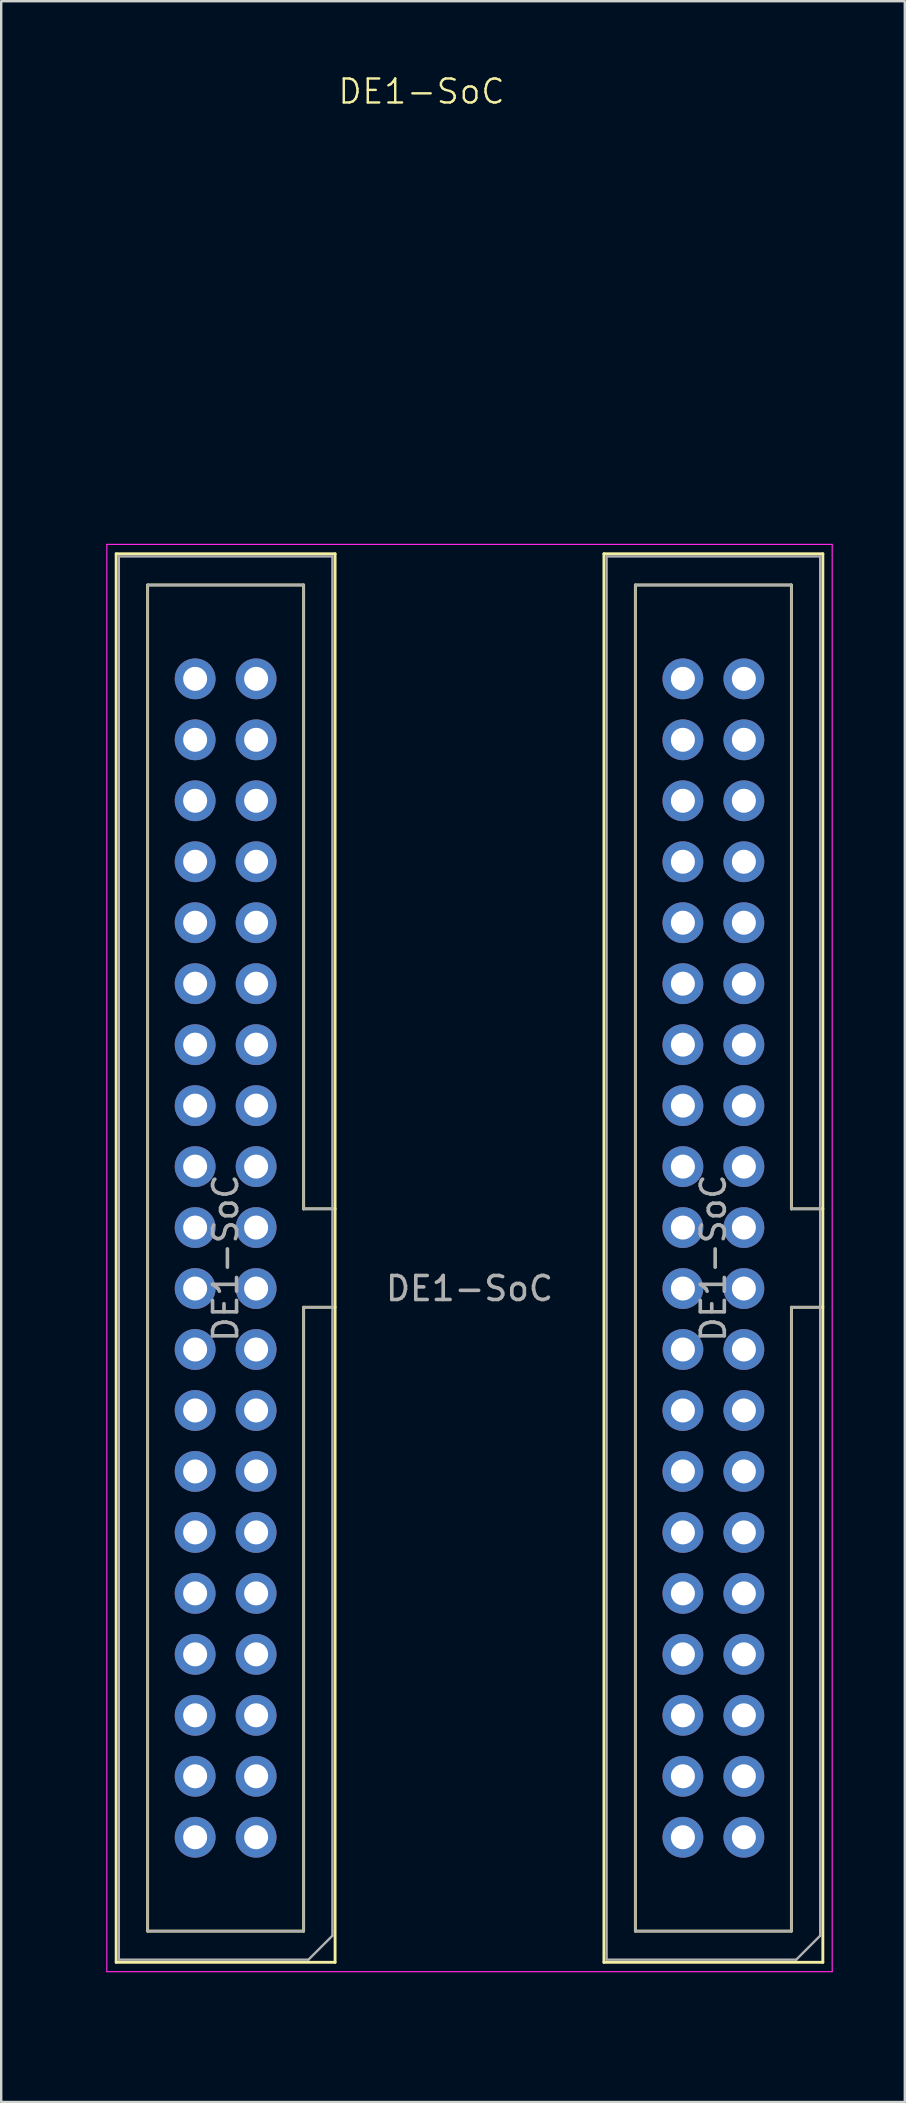
<source format=kicad_pcb>
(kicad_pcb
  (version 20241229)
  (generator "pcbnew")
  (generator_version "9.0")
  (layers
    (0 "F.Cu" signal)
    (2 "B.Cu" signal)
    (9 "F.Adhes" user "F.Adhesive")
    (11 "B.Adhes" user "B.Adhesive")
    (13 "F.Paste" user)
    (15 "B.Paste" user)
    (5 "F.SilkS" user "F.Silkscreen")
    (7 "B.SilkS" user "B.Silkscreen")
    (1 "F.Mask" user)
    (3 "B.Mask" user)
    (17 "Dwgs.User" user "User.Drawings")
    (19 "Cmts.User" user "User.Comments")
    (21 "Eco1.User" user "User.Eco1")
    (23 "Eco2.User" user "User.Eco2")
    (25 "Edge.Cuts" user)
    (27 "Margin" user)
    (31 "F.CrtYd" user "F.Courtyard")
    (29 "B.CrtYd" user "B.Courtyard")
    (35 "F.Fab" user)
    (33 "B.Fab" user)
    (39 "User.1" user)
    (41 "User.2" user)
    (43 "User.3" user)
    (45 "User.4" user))
  (footprint "DE1-SoC"
    (layer "F.Cu")
    (at 16.51 49.361)
    (property "Reference" "DE1-SoC" (at -2 -48.6 0) (unlocked yes) (layer "F.SilkS") (effects (font (size 1 1) (thickness 0.1))))
    (attr through_hole)
    (fp_line (start -14.72 -29.34) (end -5.6 -29.34) (stroke (width 0.12) (type solid)) (layer "F.SilkS"))
    (fp_line (start -14.72 29.34) (end -14.72 -29.34) (stroke (width 0.12) (type solid)) (layer "F.SilkS"))
    (fp_line (start -13.41 -28.04) (end -6.91 -28.04) (stroke (width 0.12) (type solid)) (layer "F.SilkS"))
    (fp_line (start -13.41 28.04) (end -13.41 -28.04) (stroke (width 0.12) (type solid)) (layer "F.SilkS"))
    (fp_line (start -6.91 -28.04) (end -6.91 -2.05) (stroke (width 0.12) (type solid)) (layer "F.SilkS"))
    (fp_line (start -6.91 -2.05) (end -6.91 -2.05) (stroke (width 0.12) (type solid)) (layer "F.SilkS"))
    (fp_line (start -6.91 -2.05) (end -5.6 -2.05) (stroke (width 0.12) (type solid)) (layer "F.SilkS"))
    (fp_line (start -6.91 2.05) (end -6.91 28.04) (stroke (width 0.12) (type solid)) (layer "F.SilkS"))
    (fp_line (start -6.91 28.04) (end -13.41 28.04) (stroke (width 0.12) (type solid)) (layer "F.SilkS"))
    (fp_line (start -5.6 -29.34) (end -5.6 29.34) (stroke (width 0.12) (type solid)) (layer "F.SilkS"))
    (fp_line (start -5.6 2.05) (end -6.91 2.05) (stroke (width 0.12) (type solid)) (layer "F.SilkS"))
    (fp_line (start -5.6 29.34) (end -14.72 29.34) (stroke (width 0.12) (type solid)) (layer "F.SilkS"))
    (fp_line (start 5.6 -29.34) (end 14.72 -29.34) (stroke (width 0.12) (type solid)) (layer "F.SilkS"))
    (fp_line (start 5.6 29.34) (end 5.6 -29.34) (stroke (width 0.12) (type solid)) (layer "F.SilkS"))
    (fp_line (start 6.91 -28.04) (end 13.41 -28.04) (stroke (width 0.12) (type solid)) (layer "F.SilkS"))
    (fp_line (start 6.91 28.04) (end 6.91 -28.04) (stroke (width 0.12) (type solid)) (layer "F.SilkS"))
    (fp_line (start 13.41 -28.04) (end 13.41 -2.05) (stroke (width 0.12) (type solid)) (layer "F.SilkS"))
    (fp_line (start 13.41 -2.05) (end 13.41 -2.05) (stroke (width 0.12) (type solid)) (layer "F.SilkS"))
    (fp_line (start 13.41 -2.05) (end 14.72 -2.05) (stroke (width 0.12) (type solid)) (layer "F.SilkS"))
    (fp_line (start 13.41 2.05) (end 13.41 28.04) (stroke (width 0.12) (type solid)) (layer "F.SilkS"))
    (fp_line (start 13.41 28.04) (end 6.91 28.04) (stroke (width 0.12) (type solid)) (layer "F.SilkS"))
    (fp_line (start 14.72 -29.34) (end 14.72 29.34) (stroke (width 0.12) (type solid)) (layer "F.SilkS"))
    (fp_line (start 14.72 2.05) (end 13.41 2.05) (stroke (width 0.12) (type solid)) (layer "F.SilkS"))
    (fp_line (start 14.72 29.34) (end 5.6 29.34) (stroke (width 0.12) (type solid)) (layer "F.SilkS"))
    (fp_line (start -15.11 -29.73) (end -15.11 29.73) (stroke (width 0.05) (type solid)) (layer "F.CrtYd"))
    (fp_line (start -15.11 29.73) (end 15.11 29.73) (stroke (width 0.05) (type solid)) (layer "F.CrtYd"))
    (fp_line (start 15.11 -29.73) (end -15.11 -29.73) (stroke (width 0.05) (type solid)) (layer "F.CrtYd"))
    (fp_line (start 15.11 29.73) (end 15.11 -29.73) (stroke (width 0.05) (type solid)) (layer "F.CrtYd"))
    (fp_line (start -14.61 -29.23) (end -5.71 -29.23) (stroke (width 0.1) (type solid)) (layer "F.Fab"))
    (fp_line (start -14.61 29.23) (end -14.61 -29.23) (stroke (width 0.1) (type solid)) (layer "F.Fab"))
    (fp_line (start -13.41 -28.04) (end -6.91 -28.04) (stroke (width 0.1) (type solid)) (layer "F.Fab"))
    (fp_line (start -13.41 28.04) (end -13.41 -28.04) (stroke (width 0.1) (type solid)) (layer "F.Fab"))
    (fp_line (start -6.91 -28.04) (end -6.91 -2.05) (stroke (width 0.1) (type solid)) (layer "F.Fab"))
    (fp_line (start -6.91 -2.05) (end -6.91 -2.05) (stroke (width 0.1) (type solid)) (layer "F.Fab"))
    (fp_line (start -6.91 -2.05) (end -5.71 -2.05) (stroke (width 0.1) (type solid)) (layer "F.Fab"))
    (fp_line (start -6.91 2.05) (end -6.91 28.04) (stroke (width 0.1) (type solid)) (layer "F.Fab"))
    (fp_line (start -6.91 28.04) (end -13.41 28.04) (stroke (width 0.1) (type solid)) (layer "F.Fab"))
    (fp_line (start -6.71 29.23) (end -14.61 29.23) (stroke (width 0.1) (type solid)) (layer "F.Fab"))
    (fp_line (start -5.71 -29.23) (end -5.71 28.23) (stroke (width 0.1) (type solid)) (layer "F.Fab"))
    (fp_line (start -5.71 2.05) (end -6.91 2.05) (stroke (width 0.1) (type solid)) (layer "F.Fab"))
    (fp_line (start -5.71 28.23) (end -6.71 29.23) (stroke (width 0.1) (type solid)) (layer "F.Fab"))
    (fp_line (start 5.71 -29.23) (end 14.61 -29.23) (stroke (width 0.1) (type solid)) (layer "F.Fab"))
    (fp_line (start 5.71 29.23) (end 5.71 -29.23) (stroke (width 0.1) (type solid)) (layer "F.Fab"))
    (fp_line (start 6.91 -28.04) (end 13.41 -28.04) (stroke (width 0.1) (type solid)) (layer "F.Fab"))
    (fp_line (start 6.91 28.04) (end 6.91 -28.04) (stroke (width 0.1) (type solid)) (layer "F.Fab"))
    (fp_line (start 13.41 -28.04) (end 13.41 -2.05) (stroke (width 0.1) (type solid)) (layer "F.Fab"))
    (fp_line (start 13.41 -2.05) (end 13.41 -2.05) (stroke (width 0.1) (type solid)) (layer "F.Fab"))
    (fp_line (start 13.41 -2.05) (end 14.61 -2.05) (stroke (width 0.1) (type solid)) (layer "F.Fab"))
    (fp_line (start 13.41 2.05) (end 13.41 28.04) (stroke (width 0.1) (type solid)) (layer "F.Fab"))
    (fp_line (start 13.41 28.04) (end 6.91 28.04) (stroke (width 0.1) (type solid)) (layer "F.Fab"))
    (fp_line (start 13.61 29.23) (end 5.71 29.23) (stroke (width 0.1) (type solid)) (layer "F.Fab"))
    (fp_line (start 14.61 -29.23) (end 14.61 28.23) (stroke (width 0.1) (type solid)) (layer "F.Fab"))
    (fp_line (start 14.61 2.05) (end 13.41 2.05) (stroke (width 0.1) (type solid)) (layer "F.Fab"))
    (fp_line (start 14.61 28.23) (end 13.61 29.23) (stroke (width 0.1) (type solid)) (layer "F.Fab"))
    (fp_text user "GPIO 1" (at -13.97 31.75 0) (unlocked yes) (layer "F.Mask") (effects (font (size 1.5 1.5) (thickness 0.3) (bold yes)) (justify left bottom)))
    (fp_text user "GPIO 0" (at 6.35 31.75 0) (unlocked yes) (layer "F.Mask") (effects (font (size 1.5 1.5) (thickness 0.3) (bold yes)) (justify left bottom)))
    (fp_text user "1" (at 3.81 -22.86 0) (unlocked yes) (layer "F.Mask") (effects (font (size 1.5 1.5) (thickness 0.3) (bold yes)) (justify left bottom)))
    (fp_text user "1" (at -16.51 -22.86 0) (unlocked yes) (layer "F.Mask") (effects (font (size 1.5 1.5) (thickness 0.3) (bold yes)) (justify left bottom)))
    (fp_text user "${REFERENCE}" (at 10.16 0 270) (layer "F.Fab") (effects (font (size 1 1) (thickness 0.15))))
    (fp_text user "${REFERENCE}" (at -10.16 0 270) (layer "F.Fab") (effects (font (size 1 1) (thickness 0.15))))
    (fp_text user "${REFERENCE}" (at 0 1.27 0) (unlocked yes) (layer "F.Fab") (effects (font (size 1 1) (thickness 0.15))))
    (pad "1(GPIO_0)" thru_hole circle (at 8.89 -24.13 180) (size 1.7 1.7) (drill 1) (layers "*.Cu" "*.Mask"))
    (pad "1(GPIO_1)" thru_hole circle (at -11.43 -24.13 180) (size 1.7 1.7) (drill 1) (layers "*.Cu" "*.Mask"))
    (pad "2(GPIO_0)" thru_hole circle (at 11.43 -24.13 180) (size 1.7 1.7) (drill 1) (layers "*.Cu" "*.Mask"))
    (pad "2(GPIO_2)" thru_hole circle (at -8.89 -24.13 180) (size 1.7 1.7) (drill 1) (layers "*.Cu" "*.Mask"))
    (pad "3(GPIO_0)" thru_hole circle (at 8.89 -21.59 180) (size 1.7 1.7) (drill 1) (layers "*.Cu" "*.Mask"))
    (pad "3(GPIO_1)" thru_hole circle (at -11.43 -21.59 180) (size 1.7 1.7) (drill 1) (layers "*.Cu" "*.Mask"))
    (pad "4(GPIO_0)" thru_hole circle (at 11.43 -21.59 180) (size 1.7 1.7) (drill 1) (layers "*.Cu" "*.Mask"))
    (pad "4(GPIO_1)" thru_hole circle (at -8.89 -21.59 180) (size 1.7 1.7) (drill 1) (layers "*.Cu" "*.Mask"))
    (pad "5(GPIO_0)" thru_hole circle (at 8.89 -19.05 180) (size 1.7 1.7) (drill 1) (layers "*.Cu" "*.Mask"))
    (pad "5(GPIO_1)" thru_hole circle (at -11.43 -19.05 180) (size 1.7 1.7) (drill 1) (layers "*.Cu" "*.Mask"))
    (pad "6(GPIO_0)" thru_hole circle (at 11.43 -19.05 180) (size 1.7 1.7) (drill 1) (layers "*.Cu" "*.Mask"))
    (pad "6(GPIO_1)" thru_hole circle (at -8.89 -19.05 180) (size 1.7 1.7) (drill 1) (layers "*.Cu" "*.Mask"))
    (pad "7(GPIO_0)" thru_hole circle (at 8.89 -16.51 180) (size 1.7 1.7) (drill 1) (layers "*.Cu" "*.Mask"))
    (pad "7(GPIO_1)" thru_hole circle (at -11.43 -16.51 180) (size 1.7 1.7) (drill 1) (layers "*.Cu" "*.Mask"))
    (pad "8(GPIO_0)" thru_hole circle (at 11.43 -16.51 180) (size 1.7 1.7) (drill 1) (layers "*.Cu" "*.Mask"))
    (pad "8(GPIO_1)" thru_hole circle (at -8.89 -16.51 180) (size 1.7 1.7) (drill 1) (layers "*.Cu" "*.Mask"))
    (pad "9(GPIO_0)" thru_hole circle (at 8.89 -13.97 180) (size 1.7 1.7) (drill 1) (layers "*.Cu" "*.Mask"))
    (pad "9(GPIO_1)" thru_hole circle (at -11.43 -13.97 180) (size 1.7 1.7) (drill 1) (layers "*.Cu" "*.Mask"))
    (pad "10(GPIO_0)" thru_hole circle (at 11.43 -13.97 180) (size 1.7 1.7) (drill 1) (layers "*.Cu" "*.Mask"))
    (pad "10(GPIO_1)" thru_hole circle (at -8.89 -13.97 180) (size 1.7 1.7) (drill 1) (layers "*.Cu" "*.Mask"))
    (pad "11(GPIO_0)" thru_hole circle (at 8.89 -11.43 180) (size 1.7 1.7) (drill 1) (layers "*.Cu" "*.Mask"))
    (pad "11(GPIO_1)" thru_hole circle (at -11.43 -11.43 180) (size 1.7 1.7) (drill 1) (layers "*.Cu" "*.Mask"))
    (pad "12(GPIO_0)" thru_hole circle (at 11.43 -11.43 180) (size 1.7 1.7) (drill 1) (layers "*.Cu" "*.Mask"))
    (pad "12(GPIO_1)" thru_hole circle (at -8.89 -11.43 180) (size 1.7 1.7) (drill 1) (layers "*.Cu" "*.Mask"))
    (pad "13(GPIO_0)" thru_hole circle (at 8.89 -8.89 180) (size 1.7 1.7) (drill 1) (layers "*.Cu" "*.Mask"))
    (pad "13(GPIO_1)" thru_hole circle (at -11.43 -8.89 180) (size 1.7 1.7) (drill 1) (layers "*.Cu" "*.Mask"))
    (pad "14(GPIO_0)" thru_hole circle (at 11.43 -8.89 180) (size 1.7 1.7) (drill 1) (layers "*.Cu" "*.Mask"))
    (pad "14(GPIO_1)" thru_hole circle (at -8.89 -8.89 180) (size 1.7 1.7) (drill 1) (layers "*.Cu" "*.Mask"))
    (pad "15(GPIO_0)" thru_hole circle (at 8.89 -6.35 180) (size 1.7 1.7) (drill 1) (layers "*.Cu" "*.Mask"))
    (pad "15(GPIO_1)" thru_hole circle (at -11.43 -6.35 180) (size 1.7 1.7) (drill 1) (layers "*.Cu" "*.Mask"))
    (pad "16(GPIO_0)" thru_hole circle (at 11.43 -6.35 180) (size 1.7 1.7) (drill 1) (layers "*.Cu" "*.Mask"))
    (pad "16(GPIO_1)" thru_hole circle (at -8.89 -6.35 180) (size 1.7 1.7) (drill 1) (layers "*.Cu" "*.Mask"))
    (pad "17(GPIO_0)" thru_hole circle (at 8.89 -3.81 180) (size 1.7 1.7) (drill 1) (layers "*.Cu" "*.Mask"))
    (pad "17(GPIO_1)" thru_hole circle (at -11.43 -3.81 180) (size 1.7 1.7) (drill 1) (layers "*.Cu" "*.Mask"))
    (pad "18(GPIO_0)" thru_hole circle (at 11.43 -3.81 180) (size 1.7 1.7) (drill 1) (layers "*.Cu" "*.Mask"))
    (pad "18(GPIO_1)" thru_hole circle (at -8.89 -3.81 180) (size 1.7 1.7) (drill 1) (layers "*.Cu" "*.Mask"))
    (pad "19(GPIO_0)" thru_hole circle (at 8.89 -1.27 180) (size 1.7 1.7) (drill 1) (layers "*.Cu" "*.Mask"))
    (pad "19(GPIO_1)" thru_hole circle (at -11.43 -1.27 180) (size 1.7 1.7) (drill 1) (layers "*.Cu" "*.Mask"))
    (pad "20(GPIO_0)" thru_hole circle (at 11.43 -1.27 180) (size 1.7 1.7) (drill 1) (layers "*.Cu" "*.Mask"))
    (pad "20(GPIO_1)" thru_hole circle (at -8.89 -1.27 180) (size 1.7 1.7) (drill 1) (layers "*.Cu" "*.Mask"))
    (pad "21(GPIO_0)" thru_hole circle (at 8.89 1.27 180) (size 1.7 1.7) (drill 1) (layers "*.Cu" "*.Mask"))
    (pad "21(GPIO_1)" thru_hole circle (at -11.43 1.27 180) (size 1.7 1.7) (drill 1) (layers "*.Cu" "*.Mask"))
    (pad "22(GPIO_0)" thru_hole circle (at 11.43 1.27 180) (size 1.7 1.7) (drill 1) (layers "*.Cu" "*.Mask"))
    (pad "22(GPIO_1)" thru_hole circle (at -8.89 1.27 180) (size 1.7 1.7) (drill 1) (layers "*.Cu" "*.Mask"))
    (pad "23(GPIO_0)" thru_hole circle (at 8.89 3.81 180) (size 1.7 1.7) (drill 1) (layers "*.Cu" "*.Mask"))
    (pad "23(GPIO_1)" thru_hole circle (at -11.43 3.81 180) (size 1.7 1.7) (drill 1) (layers "*.Cu" "*.Mask"))
    (pad "24(GPIO_0)" thru_hole circle (at 11.43 3.81 180) (size 1.7 1.7) (drill 1) (layers "*.Cu" "*.Mask"))
    (pad "24(GPIO_1)" thru_hole circle (at -8.89 3.81 180) (size 1.7 1.7) (drill 1) (layers "*.Cu" "*.Mask"))
    (pad "25(GPIO_0)" thru_hole circle (at 8.89 6.35 180) (size 1.7 1.7) (drill 1) (layers "*.Cu" "*.Mask"))
    (pad "25(GPIO_1)" thru_hole circle (at -11.43 6.35 180) (size 1.7 1.7) (drill 1) (layers "*.Cu" "*.Mask"))
    (pad "26(GPIO_0)" thru_hole circle (at 11.43 6.35 180) (size 1.7 1.7) (drill 1) (layers "*.Cu" "*.Mask"))
    (pad "26(GPIO_1)" thru_hole circle (at -8.89 6.35 180) (size 1.7 1.7) (drill 1) (layers "*.Cu" "*.Mask"))
    (pad "27(GPIO_0)" thru_hole circle (at 8.89 8.89 180) (size 1.7 1.7) (drill 1) (layers "*.Cu" "*.Mask"))
    (pad "27(GPIO_1)" thru_hole circle (at -11.43 8.89 180) (size 1.7 1.7) (drill 1) (layers "*.Cu" "*.Mask"))
    (pad "28(GPIO_0)" thru_hole circle (at 11.43 8.89 180) (size 1.7 1.7) (drill 1) (layers "*.Cu" "*.Mask"))
    (pad "28(GPIO_1)" thru_hole circle (at -8.89 8.89 180) (size 1.7 1.7) (drill 1) (layers "*.Cu" "*.Mask"))
    (pad "29(GPIO_0)" thru_hole circle (at 8.89 11.43 180) (size 1.7 1.7) (drill 1) (layers "*.Cu" "*.Mask"))
    (pad "29(GPIO_1)" thru_hole circle (at -11.43 11.43 180) (size 1.7 1.7) (drill 1) (layers "*.Cu" "*.Mask"))
    (pad "30(GPIO_0)" thru_hole circle (at 11.43 11.43 180) (size 1.7 1.7) (drill 1) (layers "*.Cu" "*.Mask"))
    (pad "30(GPIO_1)" thru_hole circle (at -8.89 11.43 180) (size 1.7 1.7) (drill 1) (layers "*.Cu" "*.Mask"))
    (pad "31(GPIO_0)" thru_hole circle (at 8.89 13.97 180) (size 1.7 1.7) (drill 1) (layers "*.Cu" "*.Mask"))
    (pad "31(GPIO_1)" thru_hole circle (at -11.43 13.97 180) (size 1.7 1.7) (drill 1) (layers "*.Cu" "*.Mask"))
    (pad "32(GPIO_0)" thru_hole circle (at 11.43 13.97 180) (size 1.7 1.7) (drill 1) (layers "*.Cu" "*.Mask"))
    (pad "32(GPIO_1)" thru_hole circle (at -8.89 13.97 180) (size 1.7 1.7) (drill 1) (layers "*.Cu" "*.Mask"))
    (pad "33(GPIO_0)" thru_hole circle (at 8.89 16.51 180) (size 1.7 1.7) (drill 1) (layers "*.Cu" "*.Mask"))
    (pad "33(GPIO_1)" thru_hole circle (at -11.43 16.51 180) (size 1.7 1.7) (drill 1) (layers "*.Cu" "*.Mask"))
    (pad "34(GPIO_0)" thru_hole circle (at 11.43 16.51 180) (size 1.7 1.7) (drill 1) (layers "*.Cu" "*.Mask"))
    (pad "34(GPIO_1)" thru_hole circle (at -8.89 16.51 180) (size 1.7 1.7) (drill 1) (layers "*.Cu" "*.Mask"))
    (pad "35(GPIO_0)" thru_hole circle (at 8.89 19.05 180) (size 1.7 1.7) (drill 1) (layers "*.Cu" "*.Mask"))
    (pad "35(GPIO_1)" thru_hole circle (at -11.43 19.05 180) (size 1.7 1.7) (drill 1) (layers "*.Cu" "*.Mask"))
    (pad "36(GPIO_0)" thru_hole circle (at 11.43 19.05 180) (size 1.7 1.7) (drill 1) (layers "*.Cu" "*.Mask"))
    (pad "36(GPIO_1)" thru_hole circle (at -8.89 19.05 180) (size 1.7 1.7) (drill 1) (layers "*.Cu" "*.Mask"))
    (pad "37(GPIO_0)" thru_hole circle (at 8.89 21.59 180) (size 1.7 1.7) (drill 1) (layers "*.Cu" "*.Mask"))
    (pad "37(GPIO_1)" thru_hole circle (at -11.43 21.59 180) (size 1.7 1.7) (drill 1) (layers "*.Cu" "*.Mask"))
    (pad "38(GPIO_0)" thru_hole circle (at 11.43 21.59 180) (size 1.7 1.7) (drill 1) (layers "*.Cu" "*.Mask"))
    (pad "38(GPIO_1)" thru_hole circle (at -8.89 21.59 180) (size 1.7 1.7) (drill 1) (layers "*.Cu" "*.Mask"))
    (pad "39(GPIO_0)" thru_hole circle (at 8.89 24.13 180) (size 1.7 1.7) (drill 1) (layers "*.Cu" "*.Mask"))
    (pad "39(GPIO_1)" thru_hole circle (at -11.43 24.13 180) (size 1.7 1.7) (drill 1) (layers "*.Cu" "*.Mask"))
    (pad "40(GPIO_0)" thru_hole circle (at 11.43 24.13 180) (size 1.7 1.7) (drill 1) (layers "*.Cu" "*.Mask"))
    (pad "40(GPIO_1)" thru_hole circle (at -8.89 24.13 180) (size 1.7 1.7) (drill 1) (layers "*.Cu" "*.Mask")))
  (gr_rect
    (start -3 -3)
    (end 34.645 84.519)
    (stroke (width 0.1) (type default))
    (fill no)
    (layer "Edge.Cuts")))
</source>
